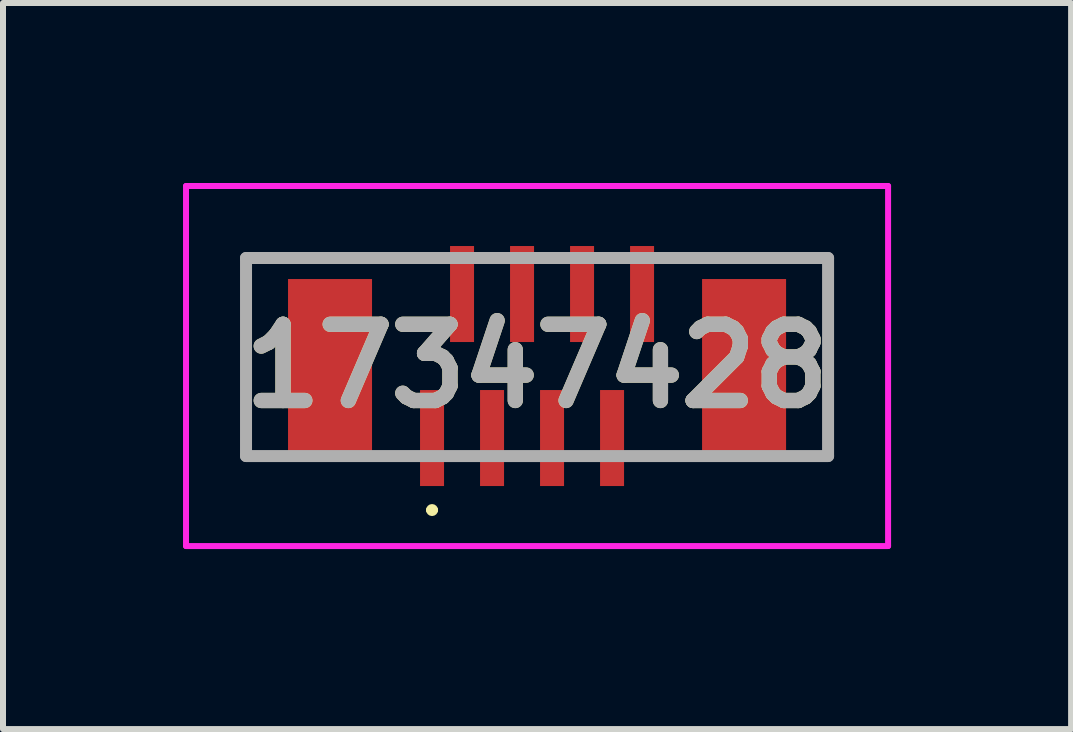
<source format=kicad_pcb>
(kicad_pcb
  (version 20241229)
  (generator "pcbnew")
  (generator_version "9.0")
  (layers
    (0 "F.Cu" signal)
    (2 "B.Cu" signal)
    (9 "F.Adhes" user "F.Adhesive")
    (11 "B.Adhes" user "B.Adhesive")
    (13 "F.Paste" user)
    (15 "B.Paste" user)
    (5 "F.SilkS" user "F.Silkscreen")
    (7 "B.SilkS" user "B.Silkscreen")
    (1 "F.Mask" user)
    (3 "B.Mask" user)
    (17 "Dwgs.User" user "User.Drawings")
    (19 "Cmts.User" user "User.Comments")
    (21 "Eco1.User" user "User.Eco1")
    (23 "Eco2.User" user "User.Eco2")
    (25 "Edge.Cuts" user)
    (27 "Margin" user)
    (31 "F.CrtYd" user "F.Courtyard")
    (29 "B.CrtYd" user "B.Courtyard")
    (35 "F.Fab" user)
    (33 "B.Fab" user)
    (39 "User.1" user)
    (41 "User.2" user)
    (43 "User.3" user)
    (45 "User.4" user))
  (footprint "17347428"
    (layer "F.Cu")
    (at 5.9 3.05)
    (property "Reference" "17347428" (at 0 0 0) (layer "F.SilkS") (effects (font (size 1.27 1.27) (thickness 0.254))))
    (attr smd)
    (fp_line (start -4.85 -1.8) (end -4.85 1.5) (stroke (width 0.1) (type solid)) (layer "F.SilkS"))
    (fp_line (start -2 -1.8) (end -4.85 -1.8) (stroke (width 0.1) (type solid)) (layer "F.SilkS"))
    (fp_line (start -1.8 2.4) (end -1.8 2.4) (stroke (width 0.1) (type solid)) (layer "F.SilkS"))
    (fp_line (start -1.7 2.4) (end -1.7 2.4) (stroke (width 0.1) (type solid)) (layer "F.SilkS"))
    (fp_line (start 2.5 -1.8) (end 4.85 -1.8) (stroke (width 0.1) (type solid)) (layer "F.SilkS"))
    (fp_line (start 4.85 -1.8) (end 4.85 1.5) (stroke (width 0.1) (type solid)) (layer "F.SilkS"))
    (fp_arc (start -1.8 2.4) (mid -1.75 2.35) (end -1.7 2.4) (stroke (width 0.1) (type solid)) (layer "F.SilkS"))
    (fp_arc (start -1.7 2.4) (mid -1.75 2.45) (end -1.8 2.4) (stroke (width 0.1) (type solid)) (layer "F.SilkS"))
    (fp_line (start -5.85 -3) (end 5.85 -3) (stroke (width 0.1) (type solid)) (layer "F.CrtYd"))
    (fp_line (start -5.85 3) (end -5.85 -3) (stroke (width 0.1) (type solid)) (layer "F.CrtYd"))
    (fp_line (start 5.85 -3) (end 5.85 3) (stroke (width 0.1) (type solid)) (layer "F.CrtYd"))
    (fp_line (start 5.85 3) (end -5.85 3) (stroke (width 0.1) (type solid)) (layer "F.CrtYd"))
    (fp_line (start -4.85 -1.8) (end 4.85 -1.8) (stroke (width 0.2) (type solid)) (layer "F.Fab"))
    (fp_line (start -4.85 1.5) (end -4.85 -1.8) (stroke (width 0.2) (type solid)) (layer "F.Fab"))
    (fp_line (start 4.85 -1.8) (end 4.85 1.5) (stroke (width 0.2) (type solid)) (layer "F.Fab"))
    (fp_line (start 4.85 1.5) (end -4.85 1.5) (stroke (width 0.2) (type solid)) (layer "F.Fab"))
    (fp_text user "${REFERENCE}" (at 0 0 0) (layer "F.Fab") (effects (font (size 1.27 1.27) (thickness 0.254))))
    (pad "1" smd rect (at -1.75 1.2) (size 0.4 1.6) (layers "F.Cu" "F.Mask" "F.Paste"))
    (pad "2" smd rect (at -1.25 -1.2) (size 0.4 1.6) (layers "F.Cu" "F.Mask" "F.Paste"))
    (pad "3" smd rect (at -0.75 1.2) (size 0.4 1.6) (layers "F.Cu" "F.Mask" "F.Paste"))
    (pad "4" smd rect (at -0.25 -1.2) (size 0.4 1.6) (layers "F.Cu" "F.Mask" "F.Paste"))
    (pad "5" smd rect (at 0.25 1.2) (size 0.4 1.6) (layers "F.Cu" "F.Mask" "F.Paste"))
    (pad "6" smd rect (at 0.75 -1.2) (size 0.4 1.6) (layers "F.Cu" "F.Mask" "F.Paste"))
    (pad "7" smd rect (at 1.25 1.2) (size 0.4 1.6) (layers "F.Cu" "F.Mask" "F.Paste"))
    (pad "8" smd rect (at 1.75 -1.2) (size 0.4 1.6) (layers "F.Cu" "F.Mask" "F.Paste"))
    (pad "MP1" smd rect (at -3.45 0) (size 1.4 2.9) (layers "F.Cu" "F.Mask" "F.Paste"))
    (pad "MP2" smd rect (at 3.45 0) (size 1.4 2.9) (layers "F.Cu" "F.Mask" "F.Paste")))
  (gr_rect
    (start -3 -3)
    (end 14.8 9.1)
    (stroke (width 0.1) (type default))
    (fill no)
    (layer "Edge.Cuts")))
</source>
